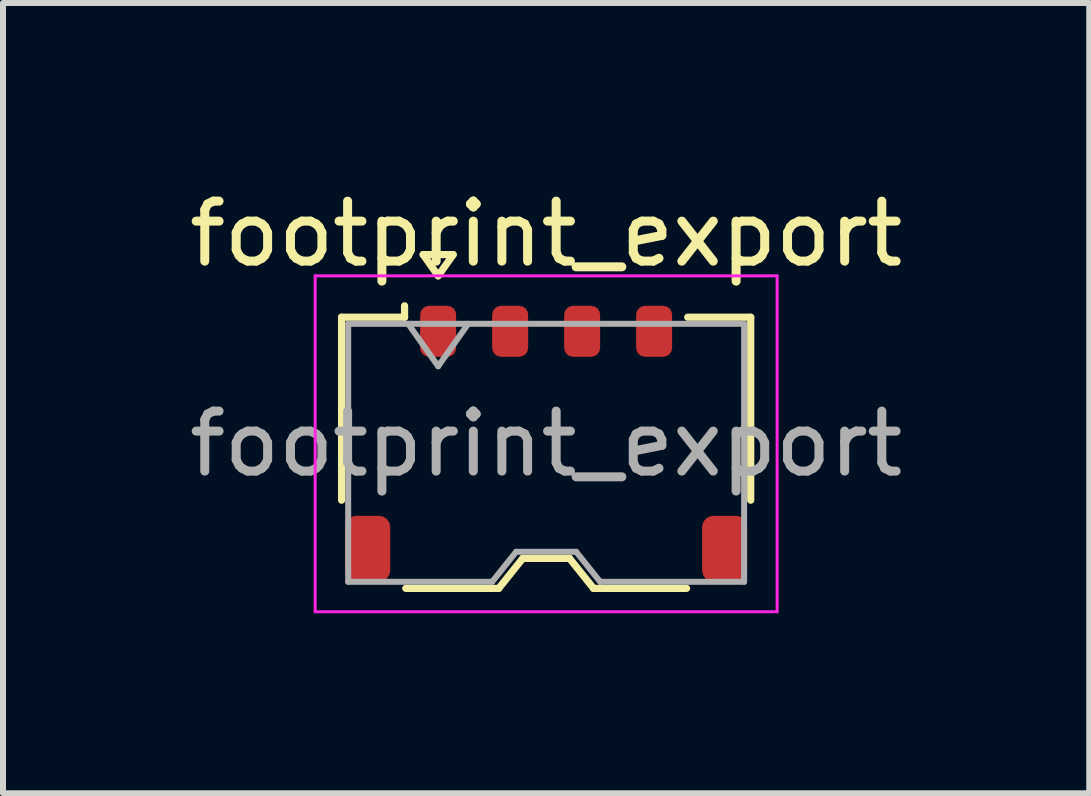
<source format=kicad_pcb>
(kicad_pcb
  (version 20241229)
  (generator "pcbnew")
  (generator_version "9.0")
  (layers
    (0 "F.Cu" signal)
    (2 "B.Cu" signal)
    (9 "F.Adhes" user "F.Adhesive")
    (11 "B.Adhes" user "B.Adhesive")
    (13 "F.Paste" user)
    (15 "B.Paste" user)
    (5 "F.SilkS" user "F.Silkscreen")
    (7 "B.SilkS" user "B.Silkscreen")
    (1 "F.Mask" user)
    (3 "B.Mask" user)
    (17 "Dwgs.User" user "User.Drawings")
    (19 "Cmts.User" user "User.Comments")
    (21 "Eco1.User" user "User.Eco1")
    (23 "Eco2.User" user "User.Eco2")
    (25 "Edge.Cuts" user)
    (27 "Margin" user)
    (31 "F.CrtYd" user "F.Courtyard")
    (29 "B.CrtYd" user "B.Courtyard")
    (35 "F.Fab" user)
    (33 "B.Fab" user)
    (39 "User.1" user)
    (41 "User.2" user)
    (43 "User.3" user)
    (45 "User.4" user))
  (footprint "footprint_export"
    (layer "F.Cu")
    (at 6.054 4.348)
    (property "Reference" "footprint_export" (at 0 -3.5 0) (layer "F.SilkS") (effects (font (size 1 1) (thickness 0.15))))
    (attr smd)
    (fp_line (start -3.41 -2.11) (end -2.36 -2.11) (stroke (width 0.12) (type solid)) (layer "F.SilkS"))
    (fp_line (start -3.41 0.94) (end -3.41 -2.11) (stroke (width 0.12) (type solid)) (layer "F.SilkS"))
    (fp_line (start -2.36 -2.11) (end -2.36 -2.3) (stroke (width 0.12) (type solid)) (layer "F.SilkS"))
    (fp_line (start -2.34 2.41) (end -0.79 2.41) (stroke (width 0.12) (type solid)) (layer "F.SilkS"))
    (fp_line (start -2.05 -3.154) (end -1.8 -2.8) (stroke (width 0.12) (type solid)) (layer "F.SilkS"))
    (fp_line (start -1.8 -2.8) (end -1.55 -3.154) (stroke (width 0.12) (type solid)) (layer "F.SilkS"))
    (fp_line (start -1.55 -3.154) (end -2.05 -3.154) (stroke (width 0.12) (type solid)) (layer "F.SilkS"))
    (fp_line (start -0.79 2.41) (end -0.39 1.91) (stroke (width 0.12) (type solid)) (layer "F.SilkS"))
    (fp_line (start -0.39 1.91) (end 0.39 1.91) (stroke (width 0.12) (type solid)) (layer "F.SilkS"))
    (fp_line (start 0.39 1.91) (end 0.79 2.41) (stroke (width 0.12) (type solid)) (layer "F.SilkS"))
    (fp_line (start 0.79 2.41) (end 2.34 2.41) (stroke (width 0.12) (type solid)) (layer "F.SilkS"))
    (fp_line (start 3.41 -2.11) (end 2.36 -2.11) (stroke (width 0.12) (type solid)) (layer "F.SilkS"))
    (fp_line (start 3.41 0.94) (end 3.41 -2.11) (stroke (width 0.12) (type solid)) (layer "F.SilkS"))
    (fp_line (start -3.85 -2.8) (end -3.85 2.8) (stroke (width 0.05) (type solid)) (layer "F.CrtYd"))
    (fp_line (start -3.85 2.8) (end 3.85 2.8) (stroke (width 0.05) (type solid)) (layer "F.CrtYd"))
    (fp_line (start 3.85 -2.8) (end -3.85 -2.8) (stroke (width 0.05) (type solid)) (layer "F.CrtYd"))
    (fp_line (start 3.85 2.8) (end 3.85 -2.8) (stroke (width 0.05) (type solid)) (layer "F.CrtYd"))
    (fp_line (start -3.3 -2) (end -3.3 2.3) (stroke (width 0.1) (type solid)) (layer "F.Fab"))
    (fp_line (start -3.3 -2) (end 3.3 -2) (stroke (width 0.1) (type solid)) (layer "F.Fab"))
    (fp_line (start -3.3 2.3) (end -0.9 2.3) (stroke (width 0.1) (type solid)) (layer "F.Fab"))
    (fp_line (start -2.3 -2) (end -1.8 -1.293) (stroke (width 0.1) (type solid)) (layer "F.Fab"))
    (fp_line (start -1.8 -1.293) (end -1.3 -2) (stroke (width 0.1) (type solid)) (layer "F.Fab"))
    (fp_line (start -0.9 2.3) (end -0.5 1.8) (stroke (width 0.1) (type solid)) (layer "F.Fab"))
    (fp_line (start -0.5 1.8) (end 0.5 1.8) (stroke (width 0.1) (type solid)) (layer "F.Fab"))
    (fp_line (start 0.5 1.8) (end 0.9 2.3) (stroke (width 0.1) (type solid)) (layer "F.Fab"))
    (fp_line (start 0.9 2.3) (end 3.3 2.3) (stroke (width 0.1) (type solid)) (layer "F.Fab"))
    (fp_line (start 3.3 -2) (end 3.3 2.3) (stroke (width 0.1) (type solid)) (layer "F.Fab"))
    (fp_text user "${REFERENCE}" (at 0 0 0) (layer "F.Fab") (effects (font (size 1 1) (thickness 0.15))))
    (pad "1" smd roundrect (at -1.8 -1.875) (size 0.6 0.85) (layers "F.Cu" "F.Mask" "F.Paste") (roundrect_rratio 0.25))
    (pad "2" smd roundrect (at -0.6 -1.875) (size 0.6 0.85) (layers "F.Cu" "F.Mask" "F.Paste") (roundrect_rratio 0.25))
    (pad "3" smd roundrect (at 0.6 -1.875) (size 0.6 0.85) (layers "F.Cu" "F.Mask" "F.Paste") (roundrect_rratio 0.25))
    (pad "4" smd roundrect (at 1.8 -1.875) (size 0.6 0.85) (layers "F.Cu" "F.Mask" "F.Paste") (roundrect_rratio 0.25))
    (pad "MP" smd roundrect (at -2.975 1.75) (size 0.75 1.1) (layers "F.Cu" "F.Mask" "F.Paste") (roundrect_rratio 0.25))
    (pad "MP" smd roundrect (at 2.975 1.75) (size 0.75 1.1) (layers "F.Cu" "F.Mask" "F.Paste") (roundrect_rratio 0.25)))
  (gr_rect
    (start -3 -3)
    (end 15.107 10.173)
    (stroke (width 0.1) (type default))
    (fill no)
    (layer "Edge.Cuts")))
</source>
